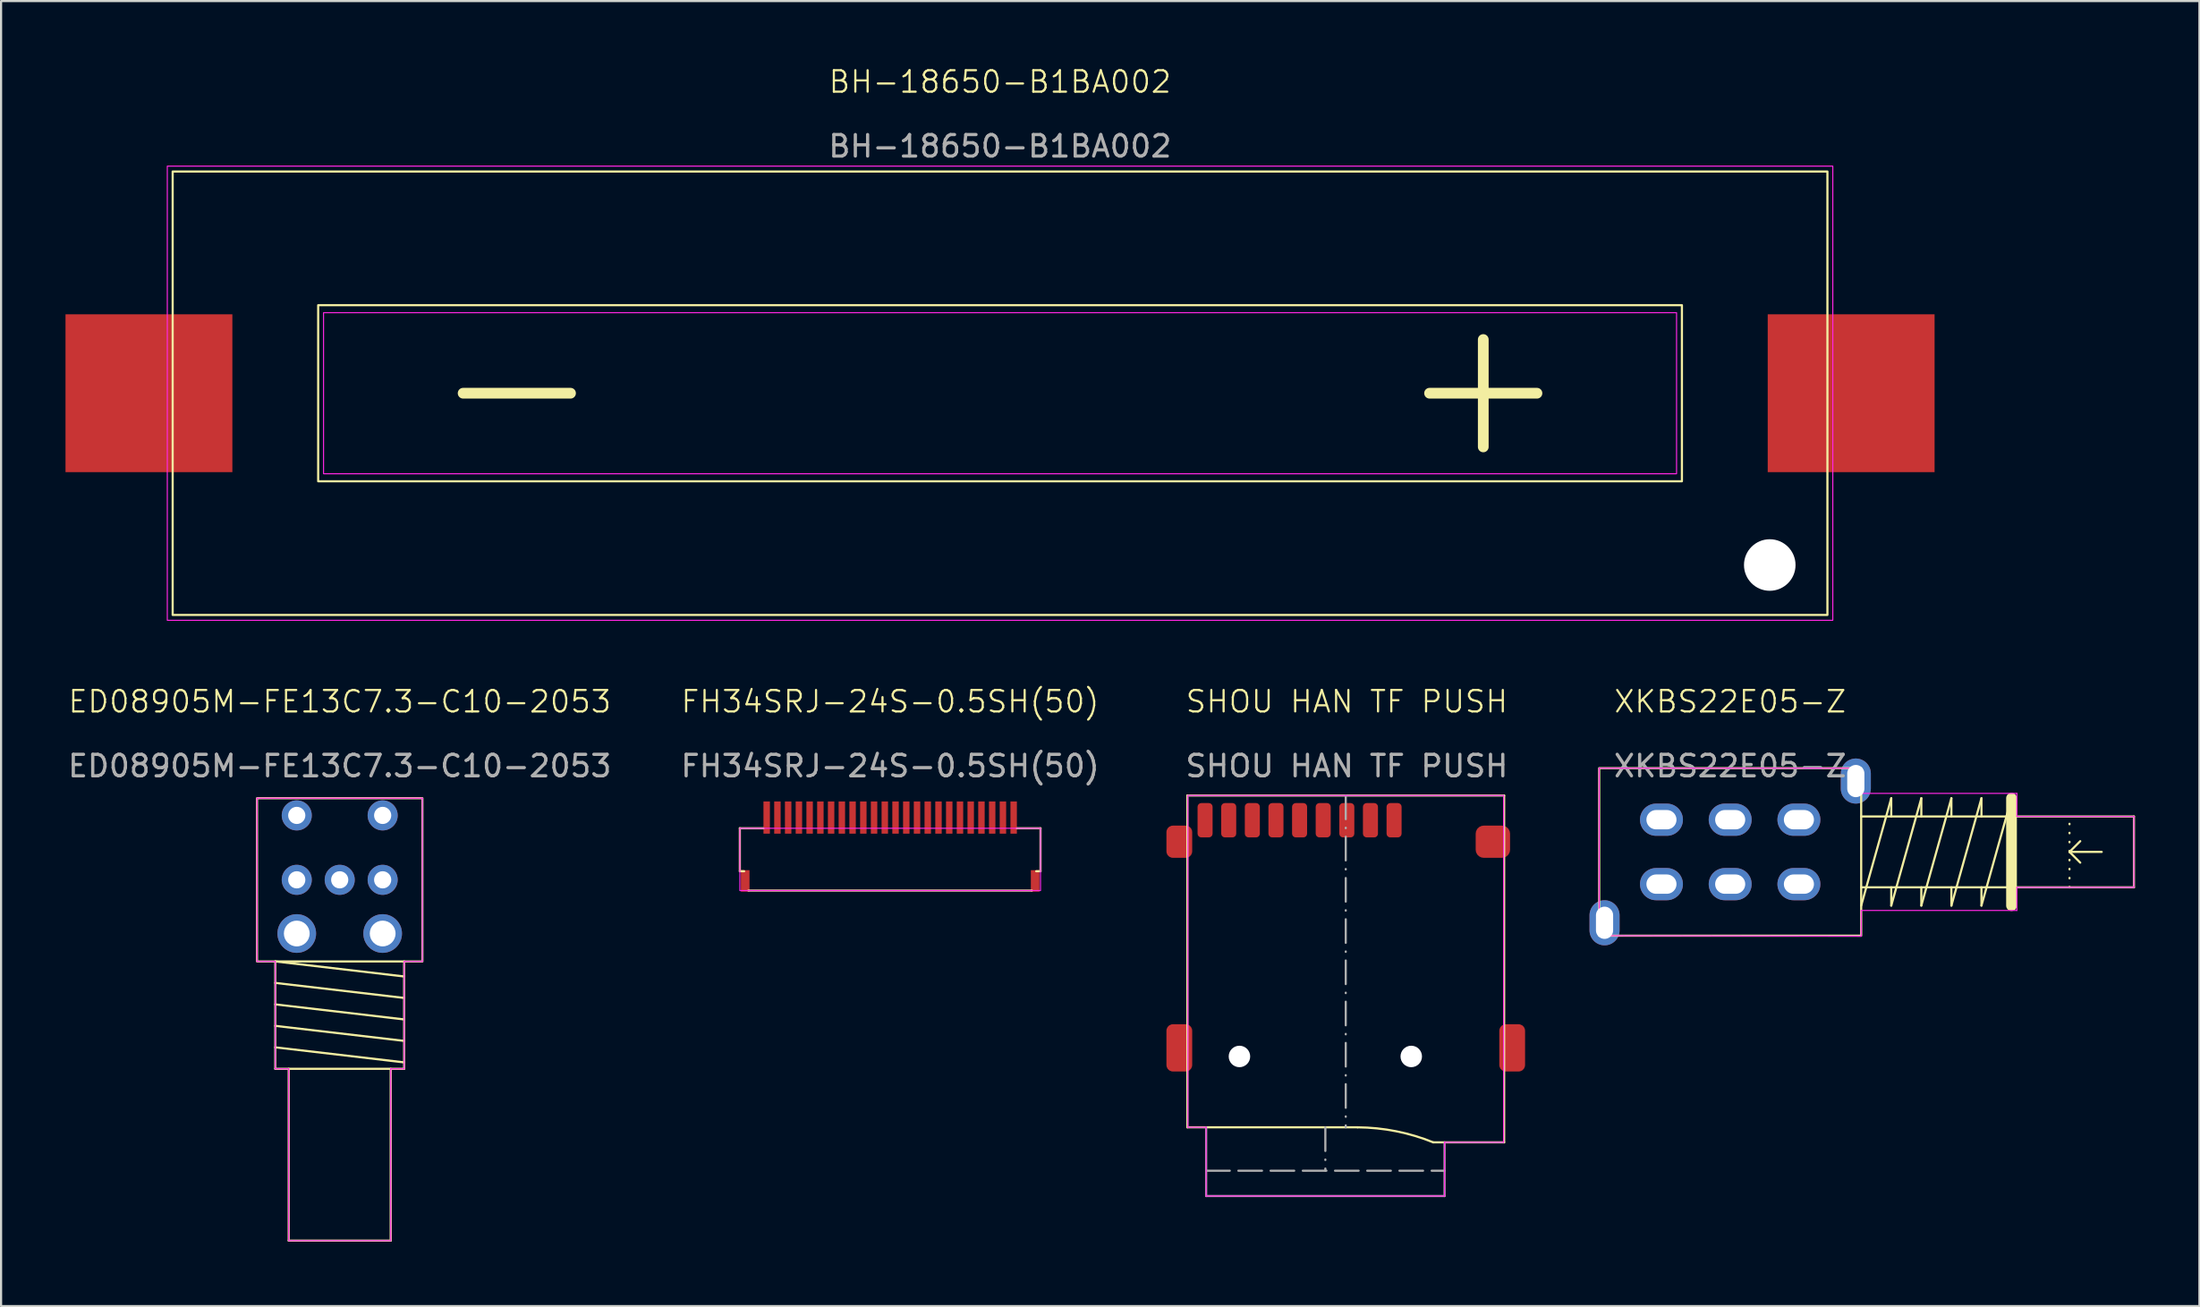
<source format=kicad_pcb>
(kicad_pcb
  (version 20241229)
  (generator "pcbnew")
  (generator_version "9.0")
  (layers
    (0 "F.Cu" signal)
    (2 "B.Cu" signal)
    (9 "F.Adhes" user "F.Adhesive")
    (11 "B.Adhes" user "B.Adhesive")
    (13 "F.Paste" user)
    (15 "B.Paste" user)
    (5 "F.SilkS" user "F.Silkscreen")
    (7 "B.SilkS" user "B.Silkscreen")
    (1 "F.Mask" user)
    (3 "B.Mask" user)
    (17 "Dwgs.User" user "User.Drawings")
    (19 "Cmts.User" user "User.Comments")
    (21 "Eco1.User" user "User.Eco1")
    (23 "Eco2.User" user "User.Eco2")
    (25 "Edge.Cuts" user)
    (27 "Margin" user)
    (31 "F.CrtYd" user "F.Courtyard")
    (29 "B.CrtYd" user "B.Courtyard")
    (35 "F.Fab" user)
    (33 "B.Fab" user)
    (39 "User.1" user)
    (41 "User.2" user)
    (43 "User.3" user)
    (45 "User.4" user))
  (footprint "BH-18650-B1BA002"
    (layer "F.Cu")
    (at 43.515 15.261)
    (property "Reference" "BH-18650-B1BA002" (at 0 -14.5 0) (unlocked yes) (layer "F.SilkS") (effects (font (size 1 1) (thickness 0.1))))
    (attr smd)
    (fp_line (start -20 0) (end -25 0) (stroke (width 0.5) (type solid)) (layer "F.SilkS"))
    (fp_line (start 20 0) (end 25 0) (stroke (width 0.5) (type solid)) (layer "F.SilkS"))
    (fp_line (start 22.5 2.5) (end 22.5 -2.5) (stroke (width 0.5) (type solid)) (layer "F.SilkS"))
    (fp_rect (start -38.525 -10.325) (end 38.525 10.325) (stroke (width 0.1) (type solid)) (fill no) (layer "F.SilkS"))
    (fp_rect (start -31.75 -4.1) (end 31.75 4.1) (stroke (width 0.1) (type solid)) (fill no) (layer "F.SilkS"))
    (fp_rect (start -38.775 -10.575) (end 38.775 10.575) (stroke (width 0.05) (type solid)) (fill no) (layer "F.CrtYd"))
    (fp_rect (start -31.5 -3.75) (end 31.5 3.75) (stroke (width 0.05) (type solid)) (fill no) (layer "F.CrtYd"))
    (fp_text user "${REFERENCE}" (at 0 -11.5 0) (unlocked yes) (layer "F.Fab") (effects (font (size 1 1) (thickness 0.15))))
    (pad "" np_thru_hole circle (at 35.84 8) (size 2.4 2.4) (drill 2.4) (layers "*.Cu" "*.Mask"))
    (pad "1" smd rect (at 39.63 0) (size 7.77 7.35) (layers "F.Cu" "F.Mask" "F.Paste"))
    (pad "2" smd rect (at -39.63 0) (size 7.77 7.35) (layers "F.Cu" "F.Mask" "F.Paste")))
  (footprint "SHOU HAN TF PUSH"
    (layer "F.Cu")
    (at 59.612 41.721)
    (property "Reference" "SHOU HAN TF PUSH" (at 0.05 -12.1 0) (unlocked yes) (layer "F.SilkS") (effects (font (size 1 1) (thickness 0.1))))
    (attr smd)
    (fp_line (start -7.375 -7.725) (end -7.375 7.725) (stroke (width 0.1) (type default)) (layer "F.SilkS"))
    (fp_line (start -7.375 7.725) (end 0.55 7.725) (stroke (width 0.1) (type default)) (layer "F.SilkS"))
    (fp_line (start 4.075 8.425) (end 7.375 8.425) (stroke (width 0.1) (type default)) (layer "F.SilkS"))
    (fp_line (start 7.375 -7.725) (end -7.375 -7.725) (stroke (width 0.1) (type default)) (layer "F.SilkS"))
    (fp_line (start 7.375 8.425) (end 7.375 -7.725) (stroke (width 0.1) (type default)) (layer "F.SilkS"))
    (fp_arc (start 0.55 7.725) (mid 2.34571 7.907763) (end 4.075 8.425) (stroke (width 0.1) (type default)) (layer "F.SilkS"))
    (fp_line (start -7.35 -7.725) (end 7.35 -7.725) (stroke (width 0.05) (type default)) (layer "F.CrtYd"))
    (fp_line (start -7.35 7.725) (end -7.35 -7.725) (stroke (width 0.05) (type default)) (layer "F.CrtYd"))
    (fp_line (start -6.5 7.725) (end -7.35 7.725) (stroke (width 0.05) (type default)) (layer "F.CrtYd"))
    (fp_line (start -6.5 10.925) (end -6.5 7.725) (stroke (width 0.05) (type default)) (layer "F.CrtYd"))
    (fp_line (start 4.6 8.425) (end 4.6 10.925) (stroke (width 0.05) (type default)) (layer "F.CrtYd"))
    (fp_line (start 4.6 10.925) (end -6.5 10.925) (stroke (width 0.05) (type default)) (layer "F.CrtYd"))
    (fp_line (start 7.35 -7.725) (end 7.35 8.425) (stroke (width 0.05) (type default)) (layer "F.CrtYd"))
    (fp_line (start 7.35 8.425) (end 4.6 8.425) (stroke (width 0.05) (type default)) (layer "F.CrtYd"))
    (fp_line (start -6.5 7.725) (end -6.5 10.925) (stroke (width 0.1) (type default)) (layer "F.Fab"))
    (fp_line (start -6.5 9.745) (end 4.6 9.745) (stroke (width 0.1) (type dash)) (layer "F.Fab"))
    (fp_line (start -6.5 10.925) (end 4.6 10.925) (stroke (width 0.1) (type default)) (layer "F.Fab"))
    (fp_line (start -0.95 7.725) (end -0.95 9.745) (stroke (width 0.1) (type dash_dot)) (layer "F.Fab"))
    (fp_line (start 0 -7.725) (end 0 7.725) (stroke (width 0.1) (type dash_dot)) (layer "F.Fab"))
    (fp_line (start 4.6 8.425) (end 4.6 10.925) (stroke (width 0.1) (type default)) (layer "F.Fab"))
    (fp_text user "${REFERENCE}" (at 0.05 -9.1 0) (unlocked yes) (layer "F.Fab") (effects (font (size 1 1) (thickness 0.15))))
    (pad "" np_thru_hole circle (at -4.95 4.425) (size 1 1) (drill 1) (layers "*.Cu" "*.Mask"))
    (pad "" np_thru_hole circle (at 3.05 4.425) (size 1 1) (drill 1) (layers "*.Cu" "*.Mask"))
    (pad "1" smd roundrect (at 2.25 -6.575) (size 0.7 1.6) (layers "F.Cu" "F.Mask" "F.Paste") (roundrect_rratio 0.25))
    (pad "2" smd roundrect (at 1.15 -6.575) (size 0.7 1.6) (layers "F.Cu" "F.Mask" "F.Paste") (roundrect_rratio 0.25))
    (pad "3" smd roundrect (at 0.05 -6.575) (size 0.7 1.6) (layers "F.Cu" "F.Mask" "F.Paste") (roundrect_rratio 0.25))
    (pad "4" smd roundrect (at -1.05 -6.575) (size 0.7 1.6) (layers "F.Cu" "F.Mask" "F.Paste") (roundrect_rratio 0.25))
    (pad "5" smd roundrect (at -2.15 -6.575) (size 0.7 1.6) (layers "F.Cu" "F.Mask" "F.Paste") (roundrect_rratio 0.25))
    (pad "6" smd roundrect (at -3.25 -6.575) (size 0.7 1.6) (layers "F.Cu" "F.Mask" "F.Paste") (roundrect_rratio 0.25))
    (pad "7" smd roundrect (at -4.35 -6.575) (size 0.7 1.6) (layers "F.Cu" "F.Mask" "F.Paste") (roundrect_rratio 0.25))
    (pad "8" smd roundrect (at -5.45 -6.575) (size 0.7 1.6) (layers "F.Cu" "F.Mask" "F.Paste") (roundrect_rratio 0.25))
    (pad "9" smd roundrect (at -6.55 -6.575) (size 0.7 1.6) (layers "F.Cu" "F.Mask" "F.Paste") (roundrect_rratio 0.25))
    (pad "10" smd roundrect (at -7.75 -5.575) (size 1.2 1.5) (layers "F.Cu" "F.Mask" "F.Paste") (roundrect_rratio 0.25))
    (pad "10" smd roundrect (at -7.75 4.025) (size 1.2 2.2) (layers "F.Cu" "F.Mask" "F.Paste") (roundrect_rratio 0.25))
    (pad "10" smd roundrect (at 6.85 -5.575) (size 1.6 1.5) (layers "F.Cu" "F.Mask" "F.Paste") (roundrect_rratio 0.25))
    (pad "10" smd roundrect (at 7.75 4.025) (size 1.2 2.2) (layers "F.Cu" "F.Mask" "F.Paste") (roundrect_rratio 0.25)))
  (footprint "ED08905M-FE13C7.3-C10-2053"
    (layer "F.Cu")
    (at 12.768 37.921)
    (property "Reference" "ED08905M-FE13C7.3-C10-2053" (at 0 -8.3 0) (unlocked yes) (layer "F.SilkS") (effects (font (size 1 1) (thickness 0.1))))
    (attr through_hole)
    (fp_line (start -3 3.8) (end -3 8.8) (stroke (width 0.1) (type solid)) (layer "F.SilkS"))
    (fp_line (start -3 8.8) (end 3 8.8) (stroke (width 0.1) (type solid)) (layer "F.SilkS"))
    (fp_line (start -2.375 16.8) (end -2.375 8.8) (stroke (width 0.1) (type solid)) (layer "F.SilkS"))
    (fp_line (start -2.375 16.8) (end 2.375 16.8) (stroke (width 0.1) (type solid)) (layer "F.SilkS"))
    (fp_line (start 2.375 16.8) (end 2.375 8.8) (stroke (width 0.1) (type solid)) (layer "F.SilkS"))
    (fp_line (start 3 3.8) (end 3 8.8) (stroke (width 0.1) (type solid)) (layer "F.SilkS"))
    (fp_line (start 3 4.5) (end -3 3.8) (stroke (width 0.1) (type default)) (layer "F.SilkS"))
    (fp_line (start 3 5.5) (end -3 4.8) (stroke (width 0.1) (type default)) (layer "F.SilkS"))
    (fp_line (start 3 6.5) (end -3 5.8) (stroke (width 0.1) (type default)) (layer "F.SilkS"))
    (fp_line (start 3 7.5) (end -3 6.8) (stroke (width 0.1) (type default)) (layer "F.SilkS"))
    (fp_line (start 3 8.5) (end -3 7.8) (stroke (width 0.1) (type default)) (layer "F.SilkS"))
    (fp_rect (start -3.85 -3.8) (end 3.85 3.8) (stroke (width 0.1) (type solid)) (fill no) (layer "F.SilkS"))
    (fp_line (start -3.85 -3.8) (end 3.85 -3.8) (stroke (width 0.05) (type default)) (layer "F.CrtYd"))
    (fp_line (start -3.85 3.8) (end -3.85 -3.8) (stroke (width 0.05) (type default)) (layer "F.CrtYd"))
    (fp_line (start -3 3.8) (end -3.85 3.8) (stroke (width 0.05) (type default)) (layer "F.CrtYd"))
    (fp_line (start -3 8.8) (end -3 3.8) (stroke (width 0.05) (type default)) (layer "F.CrtYd"))
    (fp_line (start -2.375 8.8) (end -3 8.8) (stroke (width 0.05) (type default)) (layer "F.CrtYd"))
    (fp_line (start -2.375 16.8) (end -2.375 8.8) (stroke (width 0.05) (type default)) (layer "F.CrtYd"))
    (fp_line (start 2.375 8.8) (end 2.375 16.8) (stroke (width 0.05) (type default)) (layer "F.CrtYd"))
    (fp_line (start 2.375 16.8) (end -2.375 16.8) (stroke (width 0.05) (type default)) (layer "F.CrtYd"))
    (fp_line (start 3 3.8) (end 3 8.8) (stroke (width 0.05) (type default)) (layer "F.CrtYd"))
    (fp_line (start 3 8.8) (end 2.375 8.8) (stroke (width 0.05) (type default)) (layer "F.CrtYd"))
    (fp_line (start 3.85 -3.8) (end 3.85 3.8) (stroke (width 0.05) (type default)) (layer "F.CrtYd"))
    (fp_line (start 3.85 3.8) (end 3 3.8) (stroke (width 0.05) (type default)) (layer "F.CrtYd"))
    (fp_text user "${REFERENCE}" (at 0 -5.3 0) (unlocked yes) (layer "F.Fab") (effects (font (size 1 1) (thickness 0.15))))
    (pad "A" thru_hole circle (at 2 0) (size 1.4 1.4) (drill 0.8) (layers "*.Cu" "*.Mask"))
    (pad "B" thru_hole circle (at -2 0) (size 1.4 1.4) (drill 0.8) (layers "*.Cu" "*.Mask"))
    (pad "C" thru_hole circle (at 0 0) (size 1.4 1.4) (drill 0.8) (layers "*.Cu" "*.Mask"))
    (pad "MP" thru_hole circle (at -2 2.5) (size 1.8 1.8) (drill 1.2) (layers "*.Cu" "*.Mask"))
    (pad "MP" thru_hole circle (at 2 2.5) (size 1.8 1.8) (drill 1.2) (layers "*.Cu" "*.Mask"))
    (pad "S1" thru_hole circle (at -2 -3) (size 1.4 1.4) (drill 0.8) (layers "*.Cu" "*.Mask"))
    (pad "S2" thru_hole circle (at 2 -3) (size 1.4 1.4) (drill 0.8) (layers "*.Cu" "*.Mask")))
  (footprint "XKBS22E05-Z"
    (layer "F.Cu")
    (at 77.512 36.621)
    (property "Reference" "XKBS22E05-Z" (at 0 -7 0) (unlocked yes) (layer "F.SilkS") (effects (font (size 1 1) (thickness 0.1))))
    (attr through_hole)
    (fp_line (start 6.1 -1.65) (end 18.8 -1.65) (stroke (width 0.1) (type solid)) (layer "F.SilkS"))
    (fp_line (start 7.5 -2.5) (end 6.1 2.5) (stroke (width 0.1) (type default)) (layer "F.SilkS"))
    (fp_line (start 7.5 -2.5) (end 7.5 -1.65) (stroke (width 0.1) (type solid)) (layer "F.SilkS"))
    (fp_line (start 7.5 2.5) (end 7.5 1.65) (stroke (width 0.1) (type solid)) (layer "F.SilkS"))
    (fp_line (start 8.9 -2.5) (end 7.5 2.5) (stroke (width 0.1) (type default)) (layer "F.SilkS"))
    (fp_line (start 8.9 -2.5) (end 8.9 -1.65) (stroke (width 0.1) (type solid)) (layer "F.SilkS"))
    (fp_line (start 8.9 2.5) (end 8.9 1.65) (stroke (width 0.1) (type solid)) (layer "F.SilkS"))
    (fp_line (start 10.3 -2.5) (end 8.9 2.5) (stroke (width 0.1) (type default)) (layer "F.SilkS"))
    (fp_line (start 10.3 -2.5) (end 10.3 -1.65) (stroke (width 0.1) (type solid)) (layer "F.SilkS"))
    (fp_line (start 10.3 2.5) (end 10.3 1.65) (stroke (width 0.1) (type solid)) (layer "F.SilkS"))
    (fp_line (start 11.7 -2.5) (end 10.3 2.5) (stroke (width 0.1) (type default)) (layer "F.SilkS"))
    (fp_line (start 11.7 -2.5) (end 11.7 -1.65) (stroke (width 0.1) (type solid)) (layer "F.SilkS"))
    (fp_line (start 11.7 2.5) (end 11.7 1.65) (stroke (width 0.1) (type solid)) (layer "F.SilkS"))
    (fp_line (start 13.1 -2.5) (end 11.7 2.5) (stroke (width 0.1) (type default)) (layer "F.SilkS"))
    (fp_line (start 13.1 -2.5) (end 13.1 2.5) (stroke (width 0.5) (type solid)) (layer "F.SilkS"))
    (fp_line (start 15.8 0) (end 16.3 0.5) (stroke (width 0.1) (type default)) (layer "F.SilkS"))
    (fp_line (start 15.8 1.65) (end 15.8 -1.65) (stroke (width 0.1) (type dot)) (layer "F.SilkS"))
    (fp_line (start 16.3 -0.5) (end 15.8 0) (stroke (width 0.1) (type default)) (layer "F.SilkS"))
    (fp_line (start 17.3 0) (end 15.8 0) (stroke (width 0.1) (type default)) (layer "F.SilkS"))
    (fp_line (start 18.8 1.65) (end 6.1 1.65) (stroke (width 0.1) (type solid)) (layer "F.SilkS"))
    (fp_line (start 18.8 1.65) (end 18.8 -1.65) (stroke (width 0.1) (type solid)) (layer "F.SilkS"))
    (fp_rect (start -6.1 -3.9) (end 6.1 3.9) (stroke (width 0.1) (type solid)) (fill no) (layer "F.SilkS"))
    (fp_line (start -6.1 -3.9) (end -6.1 3.9) (stroke (width 0.05) (type default)) (layer "F.CrtYd"))
    (fp_line (start -6.1 -3.9) (end 6.1 -3.9) (stroke (width 0.05) (type default)) (layer "F.CrtYd"))
    (fp_line (start 6.1 -2.725) (end 6.1 -3.9) (stroke (width 0.05) (type default)) (layer "F.CrtYd"))
    (fp_line (start 6.1 2.725) (end 6.1 3.925) (stroke (width 0.05) (type default)) (layer "F.CrtYd"))
    (fp_line (start 6.1 3.925) (end -6.1 3.9) (stroke (width 0.05) (type default)) (layer "F.CrtYd"))
    (fp_line (start 13.35 -2.725) (end 6.1 -2.725) (stroke (width 0.05) (type default)) (layer "F.CrtYd"))
    (fp_line (start 13.35 -2.725) (end 13.35 -1.65) (stroke (width 0.05) (type default)) (layer "F.CrtYd"))
    (fp_line (start 13.35 -1.65) (end 18.8 -1.65) (stroke (width 0.05) (type default)) (layer "F.CrtYd"))
    (fp_line (start 13.35 1.65) (end 13.35 2.725) (stroke (width 0.05) (type default)) (layer "F.CrtYd"))
    (fp_line (start 13.35 1.65) (end 18.8 1.65) (stroke (width 0.05) (type default)) (layer "F.CrtYd"))
    (fp_line (start 13.35 2.725) (end 6.1 2.725) (stroke (width 0.05) (type default)) (layer "F.CrtYd"))
    (fp_line (start 18.8 1.65) (end 18.8 -1.65) (stroke (width 0.05) (type default)) (layer "F.CrtYd"))
    (fp_text user "${REFERENCE}" (at 0 -4 0) (unlocked yes) (layer "F.Fab") (effects (font (size 1 1) (thickness 0.15))))
    (pad "1" thru_hole oval (at 3.2 -1.5) (size 2 1.5) (drill oval 1.4 0.9) (layers "*.Cu" "*.Mask"))
    (pad "2" thru_hole oval (at 0 -1.5) (size 2 1.5) (drill oval 1.4 0.9) (layers "*.Cu" "*.Mask"))
    (pad "3" thru_hole oval (at -3.2 -1.5) (size 2 1.5) (drill oval 1.4 0.9) (layers "*.Cu" "*.Mask"))
    (pad "4" thru_hole oval (at 3.2 1.5) (size 2 1.5) (drill oval 1.4 0.9) (layers "*.Cu" "*.Mask"))
    (pad "5" thru_hole oval (at 0 1.5) (size 2 1.5) (drill oval 1.4 0.9) (layers "*.Cu" "*.Mask"))
    (pad "6" thru_hole oval (at -3.2 1.5) (size 2 1.5) (drill oval 1.4 0.9) (layers "*.Cu" "*.Mask"))
    (pad "MP" thru_hole oval (at -5.85 3.3) (size 1.4 2.1) (drill oval 0.8 1.5) (layers "*.Cu" "*.Mask"))
    (pad "MP" thru_hole oval (at 5.85 -3.3) (size 1.4 2.1) (drill oval 0.8 1.5) (layers "*.Cu" "*.Mask")))
  (footprint "FH34SRJ-24S-0.5SH(50)"
    (layer "F.Cu")
    (at 38.399 35.021)
    (property "Reference" "FH34SRJ-24S-0.5SH(50)" (at 0 -5.4 0) (unlocked yes) (layer "F.SilkS") (effects (font (size 1 1) (thickness 0.1))))
    (attr smd)
    (fp_line (start -7 0.498) (end -5.9 0.5) (stroke (width 0.1) (type default)) (layer "F.SilkS"))
    (fp_line (start -7 2.5) (end -7 0.498) (stroke (width 0.1) (type solid)) (layer "F.SilkS"))
    (fp_line (start -7 2.5) (end -6.8 2.5) (stroke (width 0.1) (type default)) (layer "F.SilkS"))
    (fp_line (start -6.6 3.4) (end 6.6 3.4) (stroke (width 0.1) (type default)) (layer "F.SilkS"))
    (fp_line (start 5.9 0.5) (end 7 0.5) (stroke (width 0.1) (type default)) (layer "F.SilkS"))
    (fp_line (start 7 2.5) (end 6.8 2.5) (stroke (width 0.1) (type default)) (layer "F.SilkS"))
    (fp_line (start 7 2.5) (end 7 0.5) (stroke (width 0.1) (type solid)) (layer "F.SilkS"))
    (fp_rect (start -7 0.5) (end 7 3.4) (stroke (width 0.05) (type default)) (fill no) (layer "F.CrtYd"))
    (fp_text user "${REFERENCE}" (at 0 -2.4 0) (unlocked yes) (layer "F.Fab") (effects (font (size 1 1) (thickness 0.15))))
    (pad "1" smd rect (at 5.75 0 180) (size 0.3 1.5) (layers "F.Cu" "F.Mask" "F.Paste"))
    (pad "2" smd rect (at 5.25 0 180) (size 0.3 1.5) (layers "F.Cu" "F.Mask" "F.Paste"))
    (pad "3" smd rect (at 4.75 0 180) (size 0.3 1.5) (layers "F.Cu" "F.Mask" "F.Paste"))
    (pad "4" smd rect (at 4.25 0 180) (size 0.3 1.5) (layers "F.Cu" "F.Mask" "F.Paste"))
    (pad "5" smd rect (at 3.75 0 180) (size 0.3 1.5) (layers "F.Cu" "F.Mask" "F.Paste"))
    (pad "6" smd rect (at 3.25 0 180) (size 0.3 1.5) (layers "F.Cu" "F.Mask" "F.Paste"))
    (pad "7" smd rect (at 2.75 0 180) (size 0.3 1.5) (layers "F.Cu" "F.Mask" "F.Paste"))
    (pad "8" smd rect (at 2.25 0 180) (size 0.3 1.5) (layers "F.Cu" "F.Mask" "F.Paste"))
    (pad "9" smd rect (at 1.75 0 180) (size 0.3 1.5) (layers "F.Cu" "F.Mask" "F.Paste"))
    (pad "10" smd rect (at 1.25 0 180) (size 0.3 1.5) (layers "F.Cu" "F.Mask" "F.Paste"))
    (pad "11" smd rect (at 0.75 0 180) (size 0.3 1.5) (layers "F.Cu" "F.Mask" "F.Paste"))
    (pad "12" smd rect (at 0.25 0 180) (size 0.3 1.5) (layers "F.Cu" "F.Mask" "F.Paste"))
    (pad "13" smd rect (at -0.25 0 180) (size 0.3 1.5) (layers "F.Cu" "F.Mask" "F.Paste"))
    (pad "14" smd rect (at -0.75 0 180) (size 0.3 1.5) (layers "F.Cu" "F.Mask" "F.Paste"))
    (pad "15" smd rect (at -1.25 0 180) (size 0.3 1.5) (layers "F.Cu" "F.Mask" "F.Paste"))
    (pad "16" smd rect (at -1.75 0 180) (size 0.3 1.5) (layers "F.Cu" "F.Mask" "F.Paste"))
    (pad "17" smd rect (at -2.25 0 180) (size 0.3 1.5) (layers "F.Cu" "F.Mask" "F.Paste"))
    (pad "18" smd rect (at -2.75 0 180) (size 0.3 1.5) (layers "F.Cu" "F.Mask" "F.Paste"))
    (pad "19" smd rect (at -3.25 0 180) (size 0.3 1.5) (layers "F.Cu" "F.Mask" "F.Paste"))
    (pad "20" smd rect (at -3.75 0 180) (size 0.3 1.5) (layers "F.Cu" "F.Mask" "F.Paste"))
    (pad "21" smd rect (at -4.25 0 180) (size 0.3 1.5) (layers "F.Cu" "F.Mask" "F.Paste"))
    (pad "22" smd rect (at -4.75 0 180) (size 0.3 1.5) (layers "F.Cu" "F.Mask" "F.Paste"))
    (pad "23" smd rect (at -5.25 0 180) (size 0.3 1.5) (layers "F.Cu" "F.Mask" "F.Paste"))
    (pad "24" smd rect (at -5.75 0 180) (size 0.3 1.5) (layers "F.Cu" "F.Mask" "F.Paste"))
    (pad "MP" smd rect (at -6.75 2.95) (size 0.4 1) (layers "F.Cu" "F.Mask" "F.Paste"))
    (pad "MP" smd rect (at 6.75 2.95) (size 0.4 1) (layers "F.Cu" "F.Mask" "F.Paste")))
  (gr_rect
    (start -3 -3)
    (end 99.362 57.771)
    (stroke (width 0.1) (type default))
    (fill no)
    (layer "Edge.Cuts")))
</source>
